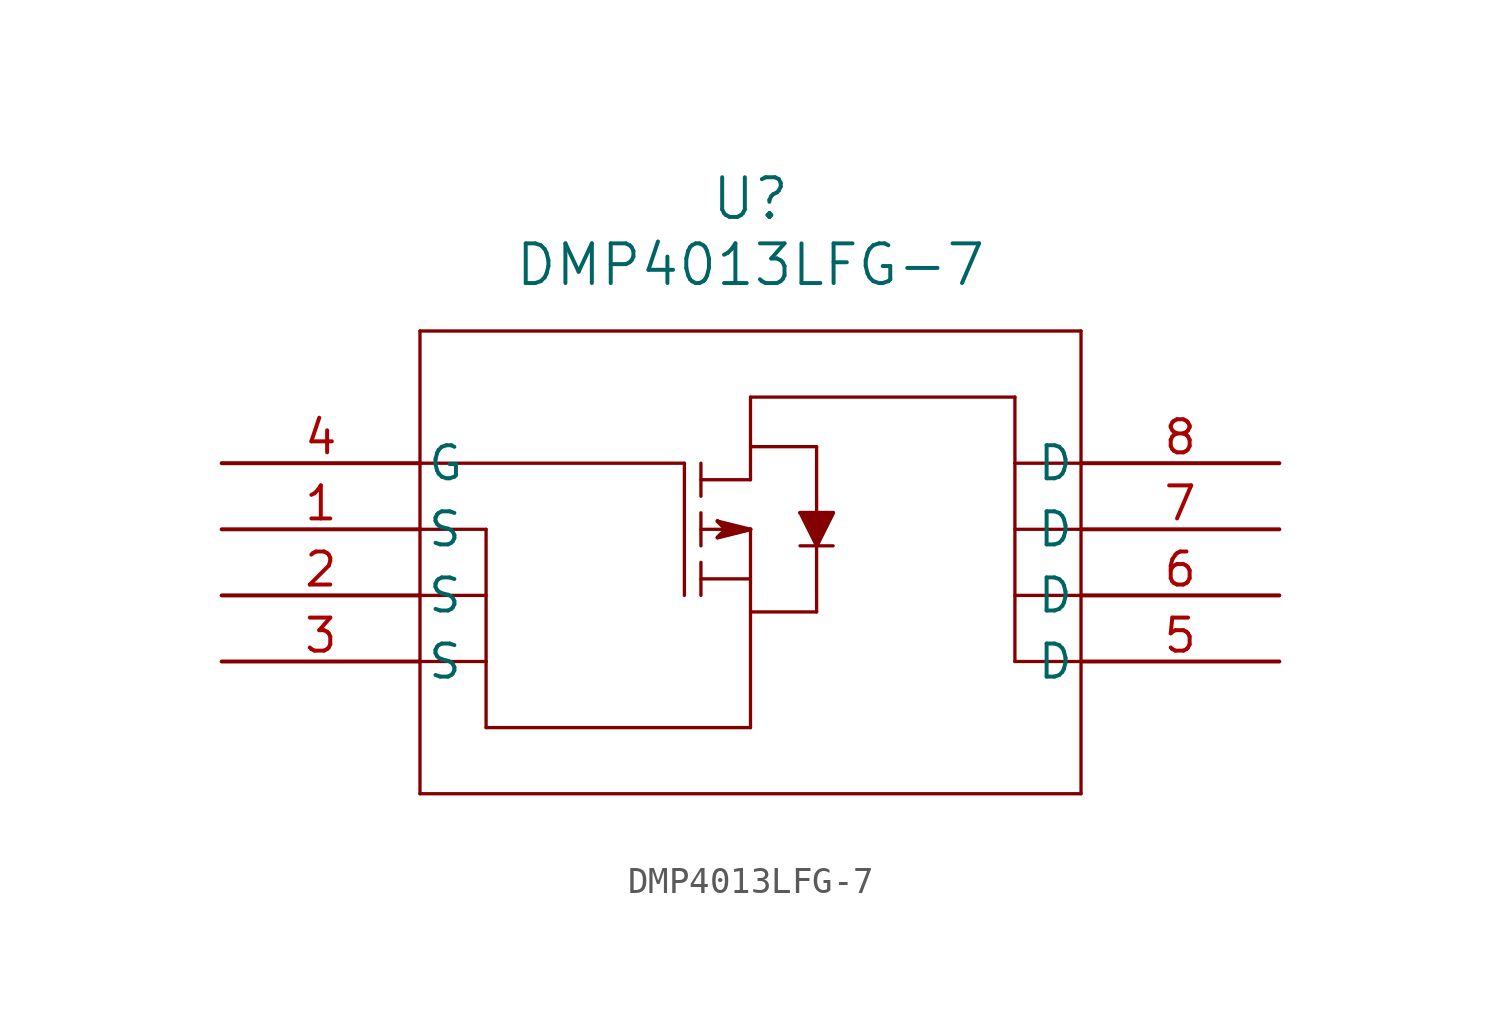
<source format=kicad_sym>
(kicad_symbol_lib
  (version 20211014)
  (generator kicad_symbol_editor)
  (symbol "DMP4013LFG-7"
    (pin_names
      (offset 0.254))
    (property "Reference" "U"
      (at 20.32 10.16 0)
      (effects (font (size 1.524 1.524))))
    (property "Value" "DMP4013LFG-7"
      (at 20.32 7.62 0)
      (effects (font (size 1.524 1.524))))
    (symbol "DMP4013LFG-7_0_1"
      (polyline (pts (xy 7.62 5.08) (xy 7.62 -12.7)) (stroke (width 0.127) (type default) (color 0 0 0 0)) (fill (type none)))
      (polyline (pts (xy 7.62 -12.7) (xy 33.02 -12.7)) (stroke (width 0.127) (type default) (color 0 0 0 0)) (fill (type none)))
      (polyline (pts (xy 33.02 -12.7) (xy 33.02 5.08)) (stroke (width 0.127) (type default) (color 0 0 0 0)) (fill (type none)))
      (polyline (pts (xy 33.02 5.08) (xy 7.62 5.08)) (stroke (width 0.127) (type default) (color 0 0 0 0)) (fill (type none)))
      (polyline (pts (xy 7.62 -2.54) (xy 10.16 -2.54)) (stroke (width 0.127) (type default) (color 0 0 0 0)) (fill (type none)))
      (polyline (pts (xy 7.62 -7.62) (xy 10.16 -7.62)) (stroke (width 0.127) (type default) (color 0 0 0 0)) (fill (type none)))
      (polyline (pts (xy 7.62 -5.08) (xy 10.16 -5.08)) (stroke (width 0.127) (type default) (color 0 0 0 0)) (fill (type none)))
      (polyline (pts (xy 10.16 -2.54) (xy 10.16 -7.62)) (stroke (width 0.127) (type default) (color 0 0 0 0)) (fill (type none)))
      (polyline (pts (xy 7.62 0) (xy 17.78 0)) (stroke (width 0.127) (type default) (color 0 0 0 0)) (fill (type none)))
      (polyline (pts (xy 17.78 0) (xy 17.78 -5.08)) (stroke (width 0.127) (type default) (color 0 0 0 0)) (fill (type none)))
      (polyline (pts (xy 33.02 0) (xy 30.48 0)) (stroke (width 0.127) (type default) (color 0 0 0 0)) (fill (type none)))
      (polyline (pts (xy 30.48 0) (xy 30.48 -7.62)) (stroke (width 0.127) (type default) (color 0 0 0 0)) (fill (type none)))
      (polyline (pts (xy 30.48 -7.62) (xy 33.02 -7.62)) (stroke (width 0.127) (type default) (color 0 0 0 0)) (fill (type none)))
      (polyline (pts (xy 33.02 -5.08) (xy 30.48 -5.08)) (stroke (width 0.127) (type default) (color 0 0 0 0)) (fill (type none)))
      (polyline (pts (xy 30.48 -2.54) (xy 33.02 -2.54)) (stroke (width 0.127) (type default) (color 0 0 0 0)) (fill (type none)))
      (polyline (pts (xy 30.48 0) (xy 30.48 2.54)) (stroke (width 0.127) (type default) (color 0 0 0 0)) (fill (type none)))
      (polyline (pts (xy 10.16 -7.62) (xy 10.16 -10.16)) (stroke (width 0.127) (type default) (color 0 0 0 0)) (fill (type none)))
      (polyline (pts (xy 18.415 0) (xy 18.415 -1.27)) (stroke (width 0.127) (type default) (color 0 0 0 0)) (fill (type none)))
      (polyline (pts (xy 18.415 -1.905) (xy 18.415 -3.175)) (stroke (width 0.127) (type default) (color 0 0 0 0)) (fill (type none)))
      (polyline (pts (xy 18.415 -3.81) (xy 18.415 -5.08)) (stroke (width 0.127) (type default) (color 0 0 0 0)) (fill (type none)))
      (polyline (pts (xy 18.415 -2.54) (xy 20.32 -2.54)) (stroke (width 0.127) (type default) (color 0 0 0 0)) (fill (type none)))
      (polyline (pts (xy 18.415 -4.445) (xy 20.32 -4.445)) (stroke (width 0.127) (type default) (color 0 0 0 0)) (fill (type none)))
      (polyline (pts (xy 18.415 -0.635) (xy 20.32 -0.635)) (stroke (width 0.127) (type default) (color 0 0 0 0)) (fill (type none)))
      (polyline (pts (xy 20.32 -0.635) (xy 20.32 2.54)) (stroke (width 0.127) (type default) (color 0 0 0 0)) (fill (type none)))
      (polyline (pts (xy 20.32 2.54) (xy 30.48 2.54)) (stroke (width 0.127) (type default) (color 0 0 0 0)) (fill (type none)))
      (polyline (pts (xy 20.32 -2.54) (xy 20.32 -10.16)) (stroke (width 0.127) (type default) (color 0 0 0 0)) (fill (type none)))
      (polyline (pts (xy 20.32 -10.16) (xy 10.16 -10.16)) (stroke (width 0.127) (type default) (color 0 0 0 0)) (fill (type none)))
      (polyline (pts (xy 20.32 0.635) (xy 22.86 0.635)) (stroke (width 0.127) (type default) (color 0 0 0 0)) (fill (type none)))
      (polyline (pts (xy 20.32 -5.715) (xy 22.86 -5.715)) (stroke (width 0.127) (type default) (color 0 0 0 0)) (fill (type none)))
      (polyline (pts (xy 22.86 0.635) (xy 22.86 -5.715)) (stroke (width 0.127) (type default) (color 0 0 0 0)) (fill (type none)))
      (polyline (pts (xy 22.225 -1.905) (xy 23.495 -1.905)) (stroke (width 0.127) (type default) (color 0 0 0 0)) (fill (type none)))
      (polyline (pts (xy 22.225 -1.905) (xy 22.86 -3.175)) (stroke (width 0.127) (type default) (color 0 0 0 0)) (fill (type none)))
      (polyline (pts (xy 22.86 -3.175) (xy 23.495 -1.905)) (stroke (width 0.127) (type default) (color 0 0 0 0)) (fill (type none)))
      (polyline (pts (xy 22.225 -3.175) (xy 23.495 -3.175)) (stroke (width 0.127) (type default) (color 0 0 0 0)) (fill (type none)))
      (polyline (pts (xy 20.32 -2.54) (xy 19.05 -2.223)) (stroke (width 0.127) (type default) (color 0 0 0 0)) (fill (type none)))
      (polyline (pts (xy 19.05 -2.223) (xy 19.367 -2.54)) (stroke (width 0.127) (type default) (color 0 0 0 0)) (fill (type none)))
      (polyline (pts (xy 19.367 -2.54) (xy 19.05 -2.857)) (stroke (width 0.127) (type default) (color 0 0 0 0)) (fill (type none)))
      (polyline (pts (xy 19.05 -2.857) (xy 20.32 -2.54)) (stroke (width 0.127) (type default) (color 0 0 0 0)) (fill (type none)))
      (polyline (pts (xy 19.05 -2.223) (xy 19.367 -2.54) (xy 19.05 -2.857) (xy 20.32 -2.54)) (stroke (width 0) (type default) (color 0 0 0 0)) (fill (type outline)))
      (polyline (pts (xy 22.225 -1.905) (xy 23.495 -1.905) (xy 22.86 -3.175)) (stroke (width 0) (type default) (color 0 0 0 0)) (fill (type outline)))
      (pin unspecified line (at 0 -2.54 0) (length 7.62) (name "S" (effects (font (size 1.27 1.27)))) (number "1" (effects (font (size 1.27 1.27)))))
      (pin unspecified line (at 0 -5.08 0) (length 7.62) (name "S" (effects (font (size 1.27 1.27)))) (number "2" (effects (font (size 1.27 1.27)))))
      (pin unspecified line (at 0 -7.62 0) (length 7.62) (name "S" (effects (font (size 1.27 1.27)))) (number "3" (effects (font (size 1.27 1.27)))))
      (pin unspecified line (at 0 0 0) (length 7.62) (name "G" (effects (font (size 1.27 1.27)))) (number "4" (effects (font (size 1.27 1.27)))))
      (pin unspecified line (at 40.64 -7.62 180) (length 7.62) (name "D" (effects (font (size 1.27 1.27)))) (number "5" (effects (font (size 1.27 1.27)))))
      (pin unspecified line (at 40.64 -5.08 180) (length 7.62) (name "D" (effects (font (size 1.27 1.27)))) (number "6" (effects (font (size 1.27 1.27)))))
      (pin unspecified line (at 40.64 -2.54 180) (length 7.62) (name "D" (effects (font (size 1.27 1.27)))) (number "7" (effects (font (size 1.27 1.27)))))
      (pin unspecified line (at 40.64 0 180) (length 7.62) (name "D" (effects (font (size 1.27 1.27)))) (number "8" (effects (font (size 1.27 1.27))))))))
</source>
